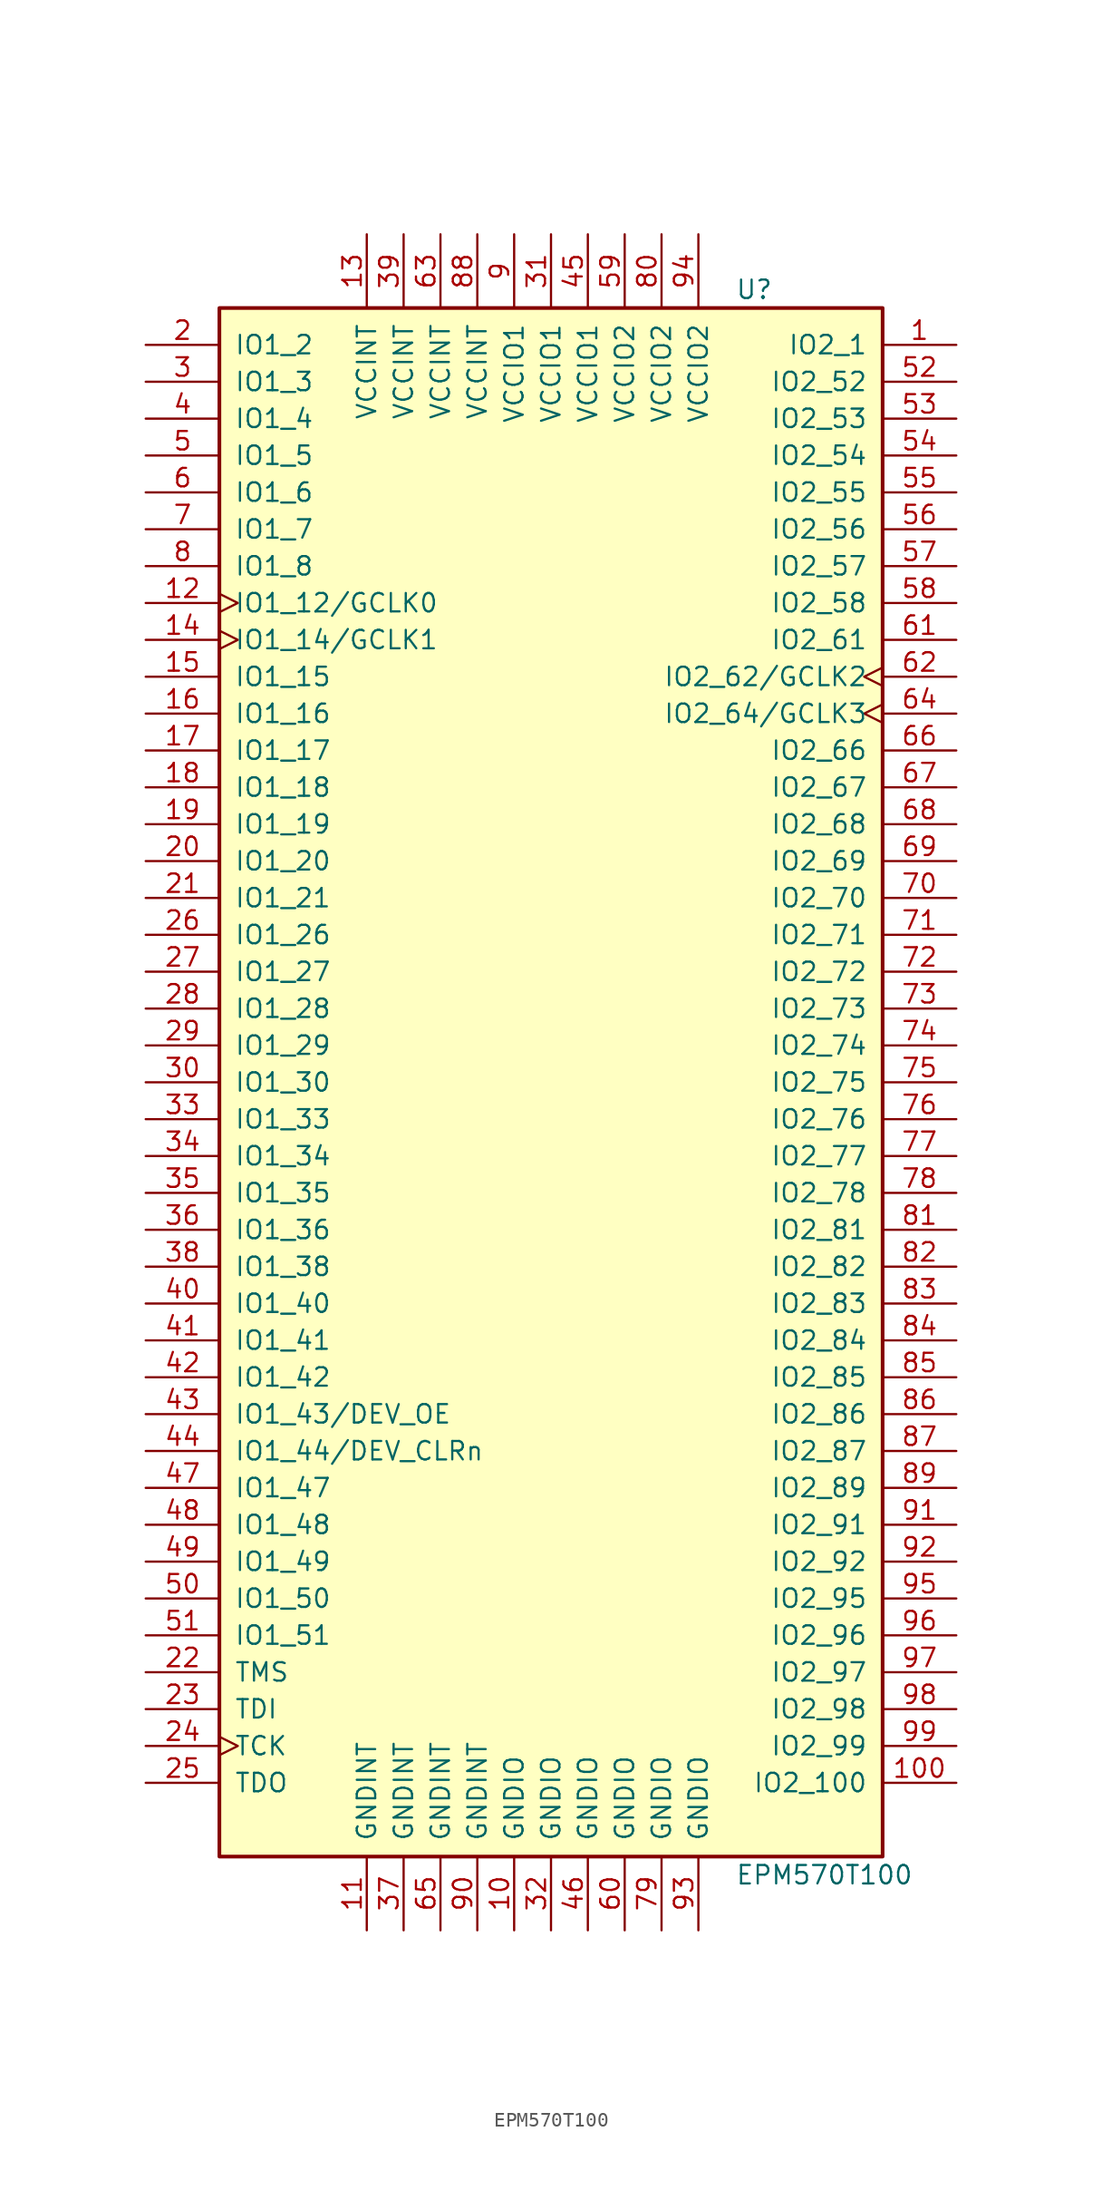
<source format=kicad_sym>
(kicad_symbol_lib
  (version 20241209)
  (generator "kicad_symbol_editor")
  (generator_version "9.0")
  (symbol "EPM570T100"
    (pin_names
      (offset 1.016))
    (property "Reference" "U"
      (at 12.7 54.61 0)
      (effects (font (size 1.27 1.27)) (justify left)))
    (property "Value" "EPM570T100"
      (at 12.7 -54.61 0)
      (effects (font (size 1.27 1.27)) (justify left)))
    (property "ki_locked" ""
      (at 0 0 0)
      (effects (font (size 1.27 1.27))))
    (symbol "EPM570T100_1_1"
      (rectangle (start -22.86 53.34) (end 22.86 -53.34) (stroke (width 0.254) (type default)) (fill (type background)))
      (pin bidirectional line (at -27.94 50.8 0) (length 5.08) (name "IO1_2" (effects (font (size 1.27 1.27)))) (number "2" (effects (font (size 1.27 1.27)))))
      (pin bidirectional line (at -27.94 48.26 0) (length 5.08) (name "IO1_3" (effects (font (size 1.27 1.27)))) (number "3" (effects (font (size 1.27 1.27)))))
      (pin bidirectional line (at -27.94 45.72 0) (length 5.08) (name "IO1_4" (effects (font (size 1.27 1.27)))) (number "4" (effects (font (size 1.27 1.27)))))
      (pin bidirectional line (at -27.94 43.18 0) (length 5.08) (name "IO1_5" (effects (font (size 1.27 1.27)))) (number "5" (effects (font (size 1.27 1.27)))))
      (pin bidirectional line (at -27.94 40.64 0) (length 5.08) (name "IO1_6" (effects (font (size 1.27 1.27)))) (number "6" (effects (font (size 1.27 1.27)))))
      (pin bidirectional line (at -27.94 38.1 0) (length 5.08) (name "IO1_7" (effects (font (size 1.27 1.27)))) (number "7" (effects (font (size 1.27 1.27)))))
      (pin bidirectional line (at -27.94 35.56 0) (length 5.08) (name "IO1_8" (effects (font (size 1.27 1.27)))) (number "8" (effects (font (size 1.27 1.27)))))
      (pin bidirectional clock (at -27.94 33.02 0) (length 5.08) (name "IO1_12/GCLK0" (effects (font (size 1.27 1.27)))) (number "12" (effects (font (size 1.27 1.27)))))
      (pin bidirectional clock (at -27.94 30.48 0) (length 5.08) (name "IO1_14/GCLK1" (effects (font (size 1.27 1.27)))) (number "14" (effects (font (size 1.27 1.27)))))
      (pin bidirectional line (at -27.94 27.94 0) (length 5.08) (name "IO1_15" (effects (font (size 1.27 1.27)))) (number "15" (effects (font (size 1.27 1.27)))))
      (pin bidirectional line (at -27.94 25.4 0) (length 5.08) (name "IO1_16" (effects (font (size 1.27 1.27)))) (number "16" (effects (font (size 1.27 1.27)))))
      (pin bidirectional line (at -27.94 22.86 0) (length 5.08) (name "IO1_17" (effects (font (size 1.27 1.27)))) (number "17" (effects (font (size 1.27 1.27)))))
      (pin bidirectional line (at -27.94 20.32 0) (length 5.08) (name "IO1_18" (effects (font (size 1.27 1.27)))) (number "18" (effects (font (size 1.27 1.27)))))
      (pin bidirectional line (at -27.94 17.78 0) (length 5.08) (name "IO1_19" (effects (font (size 1.27 1.27)))) (number "19" (effects (font (size 1.27 1.27)))))
      (pin bidirectional line (at -27.94 15.24 0) (length 5.08) (name "IO1_20" (effects (font (size 1.27 1.27)))) (number "20" (effects (font (size 1.27 1.27)))))
      (pin bidirectional line (at -27.94 12.7 0) (length 5.08) (name "IO1_21" (effects (font (size 1.27 1.27)))) (number "21" (effects (font (size 1.27 1.27)))))
      (pin bidirectional line (at -27.94 10.16 0) (length 5.08) (name "IO1_26" (effects (font (size 1.27 1.27)))) (number "26" (effects (font (size 1.27 1.27)))))
      (pin bidirectional line (at -27.94 7.62 0) (length 5.08) (name "IO1_27" (effects (font (size 1.27 1.27)))) (number "27" (effects (font (size 1.27 1.27)))))
      (pin bidirectional line (at -27.94 5.08 0) (length 5.08) (name "IO1_28" (effects (font (size 1.27 1.27)))) (number "28" (effects (font (size 1.27 1.27)))))
      (pin bidirectional line (at -27.94 2.54 0) (length 5.08) (name "IO1_29" (effects (font (size 1.27 1.27)))) (number "29" (effects (font (size 1.27 1.27)))))
      (pin bidirectional line (at -27.94 0 0) (length 5.08) (name "IO1_30" (effects (font (size 1.27 1.27)))) (number "30" (effects (font (size 1.27 1.27)))))
      (pin bidirectional line (at -27.94 -2.54 0) (length 5.08) (name "IO1_33" (effects (font (size 1.27 1.27)))) (number "33" (effects (font (size 1.27 1.27)))))
      (pin bidirectional line (at -27.94 -5.08 0) (length 5.08) (name "IO1_34" (effects (font (size 1.27 1.27)))) (number "34" (effects (font (size 1.27 1.27)))))
      (pin bidirectional line (at -27.94 -7.62 0) (length 5.08) (name "IO1_35" (effects (font (size 1.27 1.27)))) (number "35" (effects (font (size 1.27 1.27)))))
      (pin bidirectional line (at -27.94 -10.16 0) (length 5.08) (name "IO1_36" (effects (font (size 1.27 1.27)))) (number "36" (effects (font (size 1.27 1.27)))))
      (pin bidirectional line (at -27.94 -12.7 0) (length 5.08) (name "IO1_38" (effects (font (size 1.27 1.27)))) (number "38" (effects (font (size 1.27 1.27)))))
      (pin bidirectional line (at -27.94 -15.24 0) (length 5.08) (name "IO1_40" (effects (font (size 1.27 1.27)))) (number "40" (effects (font (size 1.27 1.27)))))
      (pin bidirectional line (at -27.94 -17.78 0) (length 5.08) (name "IO1_41" (effects (font (size 1.27 1.27)))) (number "41" (effects (font (size 1.27 1.27)))))
      (pin bidirectional line (at -27.94 -20.32 0) (length 5.08) (name "IO1_42" (effects (font (size 1.27 1.27)))) (number "42" (effects (font (size 1.27 1.27)))))
      (pin bidirectional line (at -27.94 -22.86 0) (length 5.08) (name "IO1_43/DEV_OE" (effects (font (size 1.27 1.27)))) (number "43" (effects (font (size 1.27 1.27)))))
      (pin bidirectional line (at -27.94 -25.4 0) (length 5.08) (name "IO1_44/DEV_CLRn" (effects (font (size 1.27 1.27)))) (number "44" (effects (font (size 1.27 1.27)))))
      (pin bidirectional line (at -27.94 -27.94 0) (length 5.08) (name "IO1_47" (effects (font (size 1.27 1.27)))) (number "47" (effects (font (size 1.27 1.27)))))
      (pin bidirectional line (at -27.94 -30.48 0) (length 5.08) (name "IO1_48" (effects (font (size 1.27 1.27)))) (number "48" (effects (font (size 1.27 1.27)))))
      (pin bidirectional line (at -27.94 -33.02 0) (length 5.08) (name "IO1_49" (effects (font (size 1.27 1.27)))) (number "49" (effects (font (size 1.27 1.27)))))
      (pin bidirectional line (at -27.94 -35.56 0) (length 5.08) (name "IO1_50" (effects (font (size 1.27 1.27)))) (number "50" (effects (font (size 1.27 1.27)))))
      (pin bidirectional line (at -27.94 -38.1 0) (length 5.08) (name "IO1_51" (effects (font (size 1.27 1.27)))) (number "51" (effects (font (size 1.27 1.27)))))
      (pin input line (at -27.94 -40.64 0) (length 5.08) (name "TMS" (effects (font (size 1.27 1.27)))) (number "22" (effects (font (size 1.27 1.27)))))
      (pin input line (at -27.94 -43.18 0) (length 5.08) (name "TDI" (effects (font (size 1.27 1.27)))) (number "23" (effects (font (size 1.27 1.27)))))
      (pin input clock (at -27.94 -45.72 0) (length 5.08) (name "TCK" (effects (font (size 1.27 1.27)))) (number "24" (effects (font (size 1.27 1.27)))))
      (pin output line (at -27.94 -48.26 0) (length 5.08) (name "TDO" (effects (font (size 1.27 1.27)))) (number "25" (effects (font (size 1.27 1.27)))))
      (pin power_in line (at -12.7 58.42 270) (length 5.08) (name "VCCINT" (effects (font (size 1.27 1.27)))) (number "13" (effects (font (size 1.27 1.27)))))
      (pin power_in line (at -12.7 -58.42 90) (length 5.08) (name "GNDINT" (effects (font (size 1.27 1.27)))) (number "11" (effects (font (size 1.27 1.27)))))
      (pin power_in line (at -10.16 58.42 270) (length 5.08) (name "VCCINT" (effects (font (size 1.27 1.27)))) (number "39" (effects (font (size 1.27 1.27)))))
      (pin power_in line (at -10.16 -58.42 90) (length 5.08) (name "GNDINT" (effects (font (size 1.27 1.27)))) (number "37" (effects (font (size 1.27 1.27)))))
      (pin power_in line (at -7.62 58.42 270) (length 5.08) (name "VCCINT" (effects (font (size 1.27 1.27)))) (number "63" (effects (font (size 1.27 1.27)))))
      (pin power_in line (at -7.62 -58.42 90) (length 5.08) (name "GNDINT" (effects (font (size 1.27 1.27)))) (number "65" (effects (font (size 1.27 1.27)))))
      (pin power_in line (at -5.08 58.42 270) (length 5.08) (name "VCCINT" (effects (font (size 1.27 1.27)))) (number "88" (effects (font (size 1.27 1.27)))))
      (pin power_in line (at -5.08 -58.42 90) (length 5.08) (name "GNDINT" (effects (font (size 1.27 1.27)))) (number "90" (effects (font (size 1.27 1.27)))))
      (pin power_in line (at -2.54 58.42 270) (length 5.08) (name "VCCIO1" (effects (font (size 1.27 1.27)))) (number "9" (effects (font (size 1.27 1.27)))))
      (pin power_in line (at -2.54 -58.42 90) (length 5.08) (name "GNDIO" (effects (font (size 1.27 1.27)))) (number "10" (effects (font (size 1.27 1.27)))))
      (pin power_in line (at 0 58.42 270) (length 5.08) (name "VCCIO1" (effects (font (size 1.27 1.27)))) (number "31" (effects (font (size 1.27 1.27)))))
      (pin power_in line (at 0 -58.42 90) (length 5.08) (name "GNDIO" (effects (font (size 1.27 1.27)))) (number "32" (effects (font (size 1.27 1.27)))))
      (pin power_in line (at 2.54 58.42 270) (length 5.08) (name "VCCIO1" (effects (font (size 1.27 1.27)))) (number "45" (effects (font (size 1.27 1.27)))))
      (pin power_in line (at 2.54 -58.42 90) (length 5.08) (name "GNDIO" (effects (font (size 1.27 1.27)))) (number "46" (effects (font (size 1.27 1.27)))))
      (pin power_in line (at 5.08 58.42 270) (length 5.08) (name "VCCIO2" (effects (font (size 1.27 1.27)))) (number "59" (effects (font (size 1.27 1.27)))))
      (pin power_in line (at 5.08 -58.42 90) (length 5.08) (name "GNDIO" (effects (font (size 1.27 1.27)))) (number "60" (effects (font (size 1.27 1.27)))))
      (pin power_in line (at 7.62 58.42 270) (length 5.08) (name "VCCIO2" (effects (font (size 1.27 1.27)))) (number "80" (effects (font (size 1.27 1.27)))))
      (pin power_in line (at 7.62 -58.42 90) (length 5.08) (name "GNDIO" (effects (font (size 1.27 1.27)))) (number "79" (effects (font (size 1.27 1.27)))))
      (pin power_in line (at 10.16 58.42 270) (length 5.08) (name "VCCIO2" (effects (font (size 1.27 1.27)))) (number "94" (effects (font (size 1.27 1.27)))))
      (pin power_in line (at 10.16 -58.42 90) (length 5.08) (name "GNDIO" (effects (font (size 1.27 1.27)))) (number "93" (effects (font (size 1.27 1.27)))))
      (pin bidirectional line (at 27.94 50.8 180) (length 5.08) (name "IO2_1" (effects (font (size 1.27 1.27)))) (number "1" (effects (font (size 1.27 1.27)))))
      (pin bidirectional line (at 27.94 48.26 180) (length 5.08) (name "IO2_52" (effects (font (size 1.27 1.27)))) (number "52" (effects (font (size 1.27 1.27)))))
      (pin bidirectional line (at 27.94 45.72 180) (length 5.08) (name "IO2_53" (effects (font (size 1.27 1.27)))) (number "53" (effects (font (size 1.27 1.27)))))
      (pin bidirectional line (at 27.94 43.18 180) (length 5.08) (name "IO2_54" (effects (font (size 1.27 1.27)))) (number "54" (effects (font (size 1.27 1.27)))))
      (pin bidirectional line (at 27.94 40.64 180) (length 5.08) (name "IO2_55" (effects (font (size 1.27 1.27)))) (number "55" (effects (font (size 1.27 1.27)))))
      (pin bidirectional line (at 27.94 38.1 180) (length 5.08) (name "IO2_56" (effects (font (size 1.27 1.27)))) (number "56" (effects (font (size 1.27 1.27)))))
      (pin bidirectional line (at 27.94 35.56 180) (length 5.08) (name "IO2_57" (effects (font (size 1.27 1.27)))) (number "57" (effects (font (size 1.27 1.27)))))
      (pin bidirectional line (at 27.94 33.02 180) (length 5.08) (name "IO2_58" (effects (font (size 1.27 1.27)))) (number "58" (effects (font (size 1.27 1.27)))))
      (pin bidirectional line (at 27.94 30.48 180) (length 5.08) (name "IO2_61" (effects (font (size 1.27 1.27)))) (number "61" (effects (font (size 1.27 1.27)))))
      (pin bidirectional clock (at 27.94 27.94 180) (length 5.08) (name "IO2_62/GCLK2" (effects (font (size 1.27 1.27)))) (number "62" (effects (font (size 1.27 1.27)))))
      (pin bidirectional clock (at 27.94 25.4 180) (length 5.08) (name "IO2_64/GCLK3" (effects (font (size 1.27 1.27)))) (number "64" (effects (font (size 1.27 1.27)))))
      (pin bidirectional line (at 27.94 22.86 180) (length 5.08) (name "IO2_66" (effects (font (size 1.27 1.27)))) (number "66" (effects (font (size 1.27 1.27)))))
      (pin bidirectional line (at 27.94 20.32 180) (length 5.08) (name "IO2_67" (effects (font (size 1.27 1.27)))) (number "67" (effects (font (size 1.27 1.27)))))
      (pin bidirectional line (at 27.94 17.78 180) (length 5.08) (name "IO2_68" (effects (font (size 1.27 1.27)))) (number "68" (effects (font (size 1.27 1.27)))))
      (pin bidirectional line (at 27.94 15.24 180) (length 5.08) (name "IO2_69" (effects (font (size 1.27 1.27)))) (number "69" (effects (font (size 1.27 1.27)))))
      (pin bidirectional line (at 27.94 12.7 180) (length 5.08) (name "IO2_70" (effects (font (size 1.27 1.27)))) (number "70" (effects (font (size 1.27 1.27)))))
      (pin bidirectional line (at 27.94 10.16 180) (length 5.08) (name "IO2_71" (effects (font (size 1.27 1.27)))) (number "71" (effects (font (size 1.27 1.27)))))
      (pin bidirectional line (at 27.94 7.62 180) (length 5.08) (name "IO2_72" (effects (font (size 1.27 1.27)))) (number "72" (effects (font (size 1.27 1.27)))))
      (pin bidirectional line (at 27.94 5.08 180) (length 5.08) (name "IO2_73" (effects (font (size 1.27 1.27)))) (number "73" (effects (font (size 1.27 1.27)))))
      (pin bidirectional line (at 27.94 2.54 180) (length 5.08) (name "IO2_74" (effects (font (size 1.27 1.27)))) (number "74" (effects (font (size 1.27 1.27)))))
      (pin bidirectional line (at 27.94 0 180) (length 5.08) (name "IO2_75" (effects (font (size 1.27 1.27)))) (number "75" (effects (font (size 1.27 1.27)))))
      (pin bidirectional line (at 27.94 -2.54 180) (length 5.08) (name "IO2_76" (effects (font (size 1.27 1.27)))) (number "76" (effects (font (size 1.27 1.27)))))
      (pin bidirectional line (at 27.94 -5.08 180) (length 5.08) (name "IO2_77" (effects (font (size 1.27 1.27)))) (number "77" (effects (font (size 1.27 1.27)))))
      (pin bidirectional line (at 27.94 -7.62 180) (length 5.08) (name "IO2_78" (effects (font (size 1.27 1.27)))) (number "78" (effects (font (size 1.27 1.27)))))
      (pin bidirectional line (at 27.94 -10.16 180) (length 5.08) (name "IO2_81" (effects (font (size 1.27 1.27)))) (number "81" (effects (font (size 1.27 1.27)))))
      (pin bidirectional line (at 27.94 -12.7 180) (length 5.08) (name "IO2_82" (effects (font (size 1.27 1.27)))) (number "82" (effects (font (size 1.27 1.27)))))
      (pin bidirectional line (at 27.94 -15.24 180) (length 5.08) (name "IO2_83" (effects (font (size 1.27 1.27)))) (number "83" (effects (font (size 1.27 1.27)))))
      (pin bidirectional line (at 27.94 -17.78 180) (length 5.08) (name "IO2_84" (effects (font (size 1.27 1.27)))) (number "84" (effects (font (size 1.27 1.27)))))
      (pin bidirectional line (at 27.94 -20.32 180) (length 5.08) (name "IO2_85" (effects (font (size 1.27 1.27)))) (number "85" (effects (font (size 1.27 1.27)))))
      (pin bidirectional line (at 27.94 -22.86 180) (length 5.08) (name "IO2_86" (effects (font (size 1.27 1.27)))) (number "86" (effects (font (size 1.27 1.27)))))
      (pin bidirectional line (at 27.94 -25.4 180) (length 5.08) (name "IO2_87" (effects (font (size 1.27 1.27)))) (number "87" (effects (font (size 1.27 1.27)))))
      (pin bidirectional line (at 27.94 -27.94 180) (length 5.08) (name "IO2_89" (effects (font (size 1.27 1.27)))) (number "89" (effects (font (size 1.27 1.27)))))
      (pin bidirectional line (at 27.94 -30.48 180) (length 5.08) (name "IO2_91" (effects (font (size 1.27 1.27)))) (number "91" (effects (font (size 1.27 1.27)))))
      (pin bidirectional line (at 27.94 -33.02 180) (length 5.08) (name "IO2_92" (effects (font (size 1.27 1.27)))) (number "92" (effects (font (size 1.27 1.27)))))
      (pin bidirectional line (at 27.94 -35.56 180) (length 5.08) (name "IO2_95" (effects (font (size 1.27 1.27)))) (number "95" (effects (font (size 1.27 1.27)))))
      (pin bidirectional line (at 27.94 -38.1 180) (length 5.08) (name "IO2_96" (effects (font (size 1.27 1.27)))) (number "96" (effects (font (size 1.27 1.27)))))
      (pin bidirectional line (at 27.94 -40.64 180) (length 5.08) (name "IO2_97" (effects (font (size 1.27 1.27)))) (number "97" (effects (font (size 1.27 1.27)))))
      (pin bidirectional line (at 27.94 -43.18 180) (length 5.08) (name "IO2_98" (effects (font (size 1.27 1.27)))) (number "98" (effects (font (size 1.27 1.27)))))
      (pin bidirectional line (at 27.94 -45.72 180) (length 5.08) (name "IO2_99" (effects (font (size 1.27 1.27)))) (number "99" (effects (font (size 1.27 1.27)))))
      (pin bidirectional line (at 27.94 -48.26 180) (length 5.08) (name "IO2_100" (effects (font (size 1.27 1.27)))) (number "100" (effects (font (size 1.27 1.27))))))))
</source>
